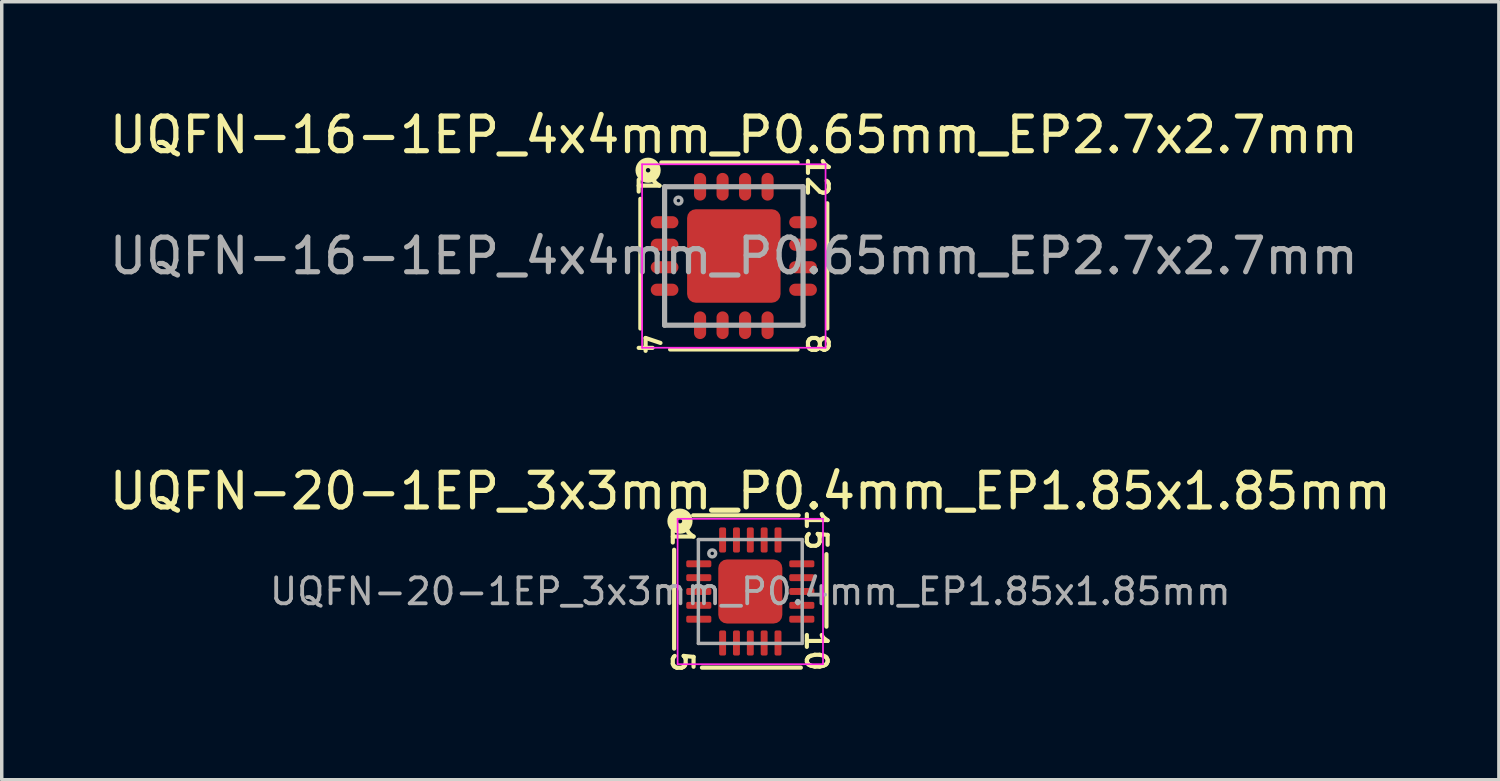
<source format=kicad_pcb>
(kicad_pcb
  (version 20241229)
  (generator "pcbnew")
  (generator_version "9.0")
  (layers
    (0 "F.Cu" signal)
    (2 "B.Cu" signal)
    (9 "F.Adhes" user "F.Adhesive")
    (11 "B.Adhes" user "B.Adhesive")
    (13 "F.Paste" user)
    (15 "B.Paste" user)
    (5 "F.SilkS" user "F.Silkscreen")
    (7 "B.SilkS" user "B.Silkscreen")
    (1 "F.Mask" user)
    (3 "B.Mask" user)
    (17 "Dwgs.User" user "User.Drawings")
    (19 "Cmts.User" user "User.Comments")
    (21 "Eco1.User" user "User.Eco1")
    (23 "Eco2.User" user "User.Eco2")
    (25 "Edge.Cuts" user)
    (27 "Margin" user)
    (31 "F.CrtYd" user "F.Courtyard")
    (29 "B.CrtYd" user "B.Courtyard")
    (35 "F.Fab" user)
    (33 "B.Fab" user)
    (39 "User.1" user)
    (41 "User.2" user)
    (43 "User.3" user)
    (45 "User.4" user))
  (footprint "UQFN-20-1EP_3x3mm_P0.4mm_EP1.85x1.85mm"
    (layer "F.Cu")
    (at 18.625 14.037)
    (property "Reference" "UQFN-20-1EP_3x3mm_P0.4mm_EP1.85x1.85mm" (at 0 -2.898 0) (layer "F.SilkS") (effects (font (size 1 1) (thickness 0.15))))
    (attr smd)
    (fp_line (start -2.2 -1.206) (end -2.2 1.651) (stroke (width 0.12) (type solid)) (layer "F.SilkS"))
    (fp_line (start -1.397 2.2) (end 1.46 2.2) (stroke (width 0.12) (type solid)) (layer "F.SilkS"))
    (fp_line (start 1.397 -2.2) (end -1.651 -2.2) (stroke (width 0.12) (type solid)) (layer "F.SilkS"))
    (fp_line (start 2.2 1.016) (end 2.2 -1.079) (stroke (width 0.12) (type solid)) (layer "F.SilkS"))
    (fp_circle (center -2.032 -2.032) (end -1.968 -2.032) (stroke (width 0.3) (type solid)) (fill no) (layer "F.SilkS"))
    (fp_line (start -2.1 -2.1) (end -2.1 2.1) (stroke (width 0.05) (type solid)) (layer "F.CrtYd"))
    (fp_line (start -2.1 2.1) (end 2.1 2.1) (stroke (width 0.05) (type solid)) (layer "F.CrtYd"))
    (fp_line (start 2.1 -2.1) (end -2.1 -2.1) (stroke (width 0.05) (type solid)) (layer "F.CrtYd"))
    (fp_line (start 2.1 2.1) (end 2.1 -2.1) (stroke (width 0.05) (type solid)) (layer "F.CrtYd"))
    (fp_line (start -1.5 -1.5) (end 1.5 -1.5) (stroke (width 0.1) (type solid)) (layer "F.Fab"))
    (fp_line (start -1.5 1.5) (end -1.5 -1.5) (stroke (width 0.1) (type solid)) (layer "F.Fab"))
    (fp_line (start 1.5 -1.5) (end 1.5 1.5) (stroke (width 0.1) (type solid)) (layer "F.Fab"))
    (fp_line (start 1.5 1.5) (end -1.5 1.5) (stroke (width 0.1) (type solid)) (layer "F.Fab"))
    (fp_circle (center -1.1 -1.1) (end -1 -1.1) (stroke (width 0.1) (type solid)) (fill no) (layer "F.Fab"))
    (fp_text user "5" (at -1.968 2.032 270) (unlocked yes) (layer "F.SilkS") (effects (font (size 0.6 0.6) (thickness 0.12))))
    (fp_text user "15" (at 1.905 -1.778 270) (unlocked yes) (layer "F.SilkS") (effects (font (size 0.6 0.6) (thickness 0.12))))
    (fp_text user "10" (at 1.905 1.714 270) (unlocked yes) (layer "F.SilkS") (effects (font (size 0.6 0.6) (thickness 0.12))))
    (fp_text user "1" (at -1.968 -1.587 270) (unlocked yes) (layer "F.SilkS") (effects (font (size 0.6 0.6) (thickness 0.12))))
    (fp_text user "${REFERENCE}" (at 0 0 0) (layer "F.Fab") (effects (font (size 0.75 0.75) (thickness 0.11))))
    (pad "" smd roundrect (at -0.46 -0.46) (size 0.75 0.75) (layers "F.Paste") (roundrect_rratio 0.25))
    (pad "" smd roundrect (at -0.46 0.46) (size 0.75 0.75) (layers "F.Paste") (roundrect_rratio 0.25))
    (pad "" smd roundrect (at 0.46 -0.46) (size 0.75 0.75) (layers "F.Paste") (roundrect_rratio 0.25))
    (pad "" smd roundrect (at 0.46 0.46) (size 0.75 0.75) (layers "F.Paste") (roundrect_rratio 0.25))
    (pad "1" smd roundrect (at -1.488 -0.8) (size 0.725 0.2) (layers "F.Cu" "F.Mask" "F.Paste") (roundrect_rratio 0.25))
    (pad "2" smd roundrect (at -1.488 -0.4) (size 0.725 0.2) (layers "F.Cu" "F.Mask" "F.Paste") (roundrect_rratio 0.25))
    (pad "3" smd roundrect (at -1.488 0) (size 0.725 0.2) (layers "F.Cu" "F.Mask" "F.Paste") (roundrect_rratio 0.25))
    (pad "4" smd roundrect (at -1.488 0.4) (size 0.725 0.2) (layers "F.Cu" "F.Mask" "F.Paste") (roundrect_rratio 0.25))
    (pad "5" smd roundrect (at -1.488 0.8) (size 0.725 0.2) (layers "F.Cu" "F.Mask" "F.Paste") (roundrect_rratio 0.25))
    (pad "6" smd roundrect (at -0.8 1.488) (size 0.2 0.725) (layers "F.Cu" "F.Mask" "F.Paste") (roundrect_rratio 0.25))
    (pad "7" smd roundrect (at -0.4 1.488) (size 0.2 0.725) (layers "F.Cu" "F.Mask" "F.Paste") (roundrect_rratio 0.25))
    (pad "8" smd roundrect (at 0 1.488) (size 0.2 0.725) (layers "F.Cu" "F.Mask" "F.Paste") (roundrect_rratio 0.25))
    (pad "9" smd roundrect (at 0.4 1.488) (size 0.2 0.725) (layers "F.Cu" "F.Mask" "F.Paste") (roundrect_rratio 0.25))
    (pad "10" smd roundrect (at 0.8 1.488) (size 0.2 0.725) (layers "F.Cu" "F.Mask" "F.Paste") (roundrect_rratio 0.25))
    (pad "11" smd roundrect (at 1.488 0.8) (size 0.725 0.2) (layers "F.Cu" "F.Mask" "F.Paste") (roundrect_rratio 0.25))
    (pad "12" smd roundrect (at 1.488 0.4) (size 0.725 0.2) (layers "F.Cu" "F.Mask" "F.Paste") (roundrect_rratio 0.25))
    (pad "13" smd roundrect (at 1.488 0) (size 0.725 0.2) (layers "F.Cu" "F.Mask" "F.Paste") (roundrect_rratio 0.25))
    (pad "14" smd roundrect (at 1.488 -0.4) (size 0.725 0.2) (layers "F.Cu" "F.Mask" "F.Paste") (roundrect_rratio 0.25))
    (pad "15" smd roundrect (at 1.488 -0.8) (size 0.725 0.2) (layers "F.Cu" "F.Mask" "F.Paste") (roundrect_rratio 0.25))
    (pad "16" smd roundrect (at 0.8 -1.488) (size 0.2 0.725) (layers "F.Cu" "F.Mask" "F.Paste") (roundrect_rratio 0.25))
    (pad "17" smd roundrect (at 0.4 -1.488) (size 0.2 0.725) (layers "F.Cu" "F.Mask" "F.Paste") (roundrect_rratio 0.25))
    (pad "18" smd roundrect (at 0 -1.488) (size 0.2 0.725) (layers "F.Cu" "F.Mask" "F.Paste") (roundrect_rratio 0.25))
    (pad "19" smd roundrect (at -0.4 -1.488) (size 0.2 0.725) (layers "F.Cu" "F.Mask" "F.Paste") (roundrect_rratio 0.25))
    (pad "20" smd roundrect (at -0.8 -1.488) (size 0.2 0.725) (layers "F.Cu" "F.Mask" "F.Paste") (roundrect_rratio 0.25))
    (pad "21" smd roundrect (at 0 0) (size 1.85 1.85) (layers "F.Cu" "F.Mask") (roundrect_rratio 0.135)))
  (footprint "UQFN-16-1EP_4x4mm_P0.65mm_EP2.7x2.7mm"
    (layer "F.Cu")
    (at 18.149 4.345)
    (property "Reference" "UQFN-16-1EP_4x4mm_P0.65mm_EP2.7x2.7mm" (at 0 -3.497 0) (layer "F.SilkS") (effects (font (size 1 1) (thickness 0.15))))
    (attr smd)
    (fp_line (start -2.7 -1.651) (end -2.7 2.095) (stroke (width 0.12) (type solid)) (layer "F.SilkS"))
    (fp_line (start -1.841 2.7) (end 1.841 2.7) (stroke (width 0.12) (type solid)) (layer "F.SilkS"))
    (fp_line (start 1.841 -2.7) (end -2.095 -2.7) (stroke (width 0.12) (type solid)) (layer "F.SilkS"))
    (fp_line (start 2.7 2.095) (end 2.7 -1.524) (stroke (width 0.12) (type solid)) (layer "F.SilkS"))
    (fp_circle (center -2.477 -2.477) (end -2.413 -2.477) (stroke (width 0.3) (type solid)) (fill no) (layer "F.SilkS"))
    (fp_line (start -2.65 -2.65) (end -2.65 2.65) (stroke (width 0.05) (type solid)) (layer "F.CrtYd"))
    (fp_line (start -2.65 -2.65) (end 2.65 -2.65) (stroke (width 0.05) (type solid)) (layer "F.CrtYd"))
    (fp_line (start -2.65 2.65) (end 2.65 2.65) (stroke (width 0.05) (type solid)) (layer "F.CrtYd"))
    (fp_line (start 2.65 -2.65) (end 2.65 2.65) (stroke (width 0.05) (type solid)) (layer "F.CrtYd"))
    (fp_line (start -2 -2) (end 2 -2) (stroke (width 0.15) (type solid)) (layer "F.Fab"))
    (fp_line (start -2 2) (end -2 -2) (stroke (width 0.15) (type solid)) (layer "F.Fab"))
    (fp_line (start 2 -2) (end 2 2) (stroke (width 0.15) (type solid)) (layer "F.Fab"))
    (fp_line (start 2 2) (end -2 2) (stroke (width 0.15) (type solid)) (layer "F.Fab"))
    (fp_circle (center -1.6 -1.6) (end -1.5 -1.6) (stroke (width 0.1) (type solid)) (fill no) (layer "F.Fab"))
    (fp_text user "1" (at -2.477 -2.032 270) (unlocked yes) (layer "F.SilkS") (effects (font (size 0.6 0.6) (thickness 0.12))))
    (fp_text user "12" (at 2.413 -2.286 270) (unlocked yes) (layer "F.SilkS") (effects (font (size 0.6 0.6) (thickness 0.12))))
    (fp_text user "8" (at 2.413 2.54 270) (unlocked yes) (layer "F.SilkS") (effects (font (size 0.6 0.6) (thickness 0.12))))
    (fp_text user "4" (at -2.477 2.54 270) (unlocked yes) (layer "F.SilkS") (effects (font (size 0.6 0.6) (thickness 0.12))))
    (fp_text user "${REFERENCE}" (at 0 0 0) (layer "F.Fab") (effects (font (size 1 1) (thickness 0.15))))
    (pad "" smd roundrect (at -0.675 -0.675) (size 1.09 1.09) (layers "F.Paste") (roundrect_rratio 0.229))
    (pad "" smd roundrect (at -0.675 0.675) (size 1.09 1.09) (layers "F.Paste") (roundrect_rratio 0.229))
    (pad "" smd roundrect (at 0.675 -0.675) (size 1.09 1.09) (layers "F.Paste") (roundrect_rratio 0.229))
    (pad "" smd roundrect (at 0.675 0.675) (size 1.09 1.09) (layers "F.Paste") (roundrect_rratio 0.229))
    (pad "1" smd oval (at -2 -0.975) (size 0.8 0.35) (layers "F.Cu" "F.Mask" "F.Paste"))
    (pad "2" smd oval (at -2 -0.325) (size 0.8 0.35) (layers "F.Cu" "F.Mask" "F.Paste"))
    (pad "3" smd oval (at -2 0.325) (size 0.8 0.35) (layers "F.Cu" "F.Mask" "F.Paste"))
    (pad "4" smd oval (at -2 0.975) (size 0.8 0.35) (layers "F.Cu" "F.Mask" "F.Paste"))
    (pad "5" smd oval (at -0.975 2 90) (size 0.8 0.35) (layers "F.Cu" "F.Mask" "F.Paste"))
    (pad "6" smd oval (at -0.325 2 90) (size 0.8 0.35) (layers "F.Cu" "F.Mask" "F.Paste"))
    (pad "7" smd oval (at 0.325 2 90) (size 0.8 0.35) (layers "F.Cu" "F.Mask" "F.Paste"))
    (pad "8" smd oval (at 0.975 2 90) (size 0.8 0.35) (layers "F.Cu" "F.Mask" "F.Paste"))
    (pad "9" smd oval (at 2 0.975) (size 0.8 0.35) (layers "F.Cu" "F.Mask" "F.Paste"))
    (pad "10" smd oval (at 2 0.325) (size 0.8 0.35) (layers "F.Cu" "F.Mask" "F.Paste"))
    (pad "11" smd oval (at 2 -0.325) (size 0.8 0.35) (layers "F.Cu" "F.Mask" "F.Paste"))
    (pad "12" smd oval (at 2 -0.975) (size 0.8 0.35) (layers "F.Cu" "F.Mask" "F.Paste"))
    (pad "13" smd oval (at 0.975 -2 90) (size 0.8 0.35) (layers "F.Cu" "F.Mask" "F.Paste"))
    (pad "14" smd oval (at 0.325 -2 90) (size 0.8 0.35) (layers "F.Cu" "F.Mask" "F.Paste"))
    (pad "15" smd oval (at -0.325 -2 90) (size 0.8 0.35) (layers "F.Cu" "F.Mask" "F.Paste"))
    (pad "16" smd oval (at -0.975 -2 90) (size 0.8 0.35) (layers "F.Cu" "F.Mask" "F.Paste"))
    (pad "17" smd roundrect (at 0 0) (size 2.7 2.7) (layers "F.Cu" "F.Mask") (roundrect_rratio 0.093)))
  (gr_rect
    (start -3 -3)
    (end 40.25 19.475)
    (stroke (width 0.1) (type default))
    (fill no)
    (layer "Edge.Cuts")))
</source>
